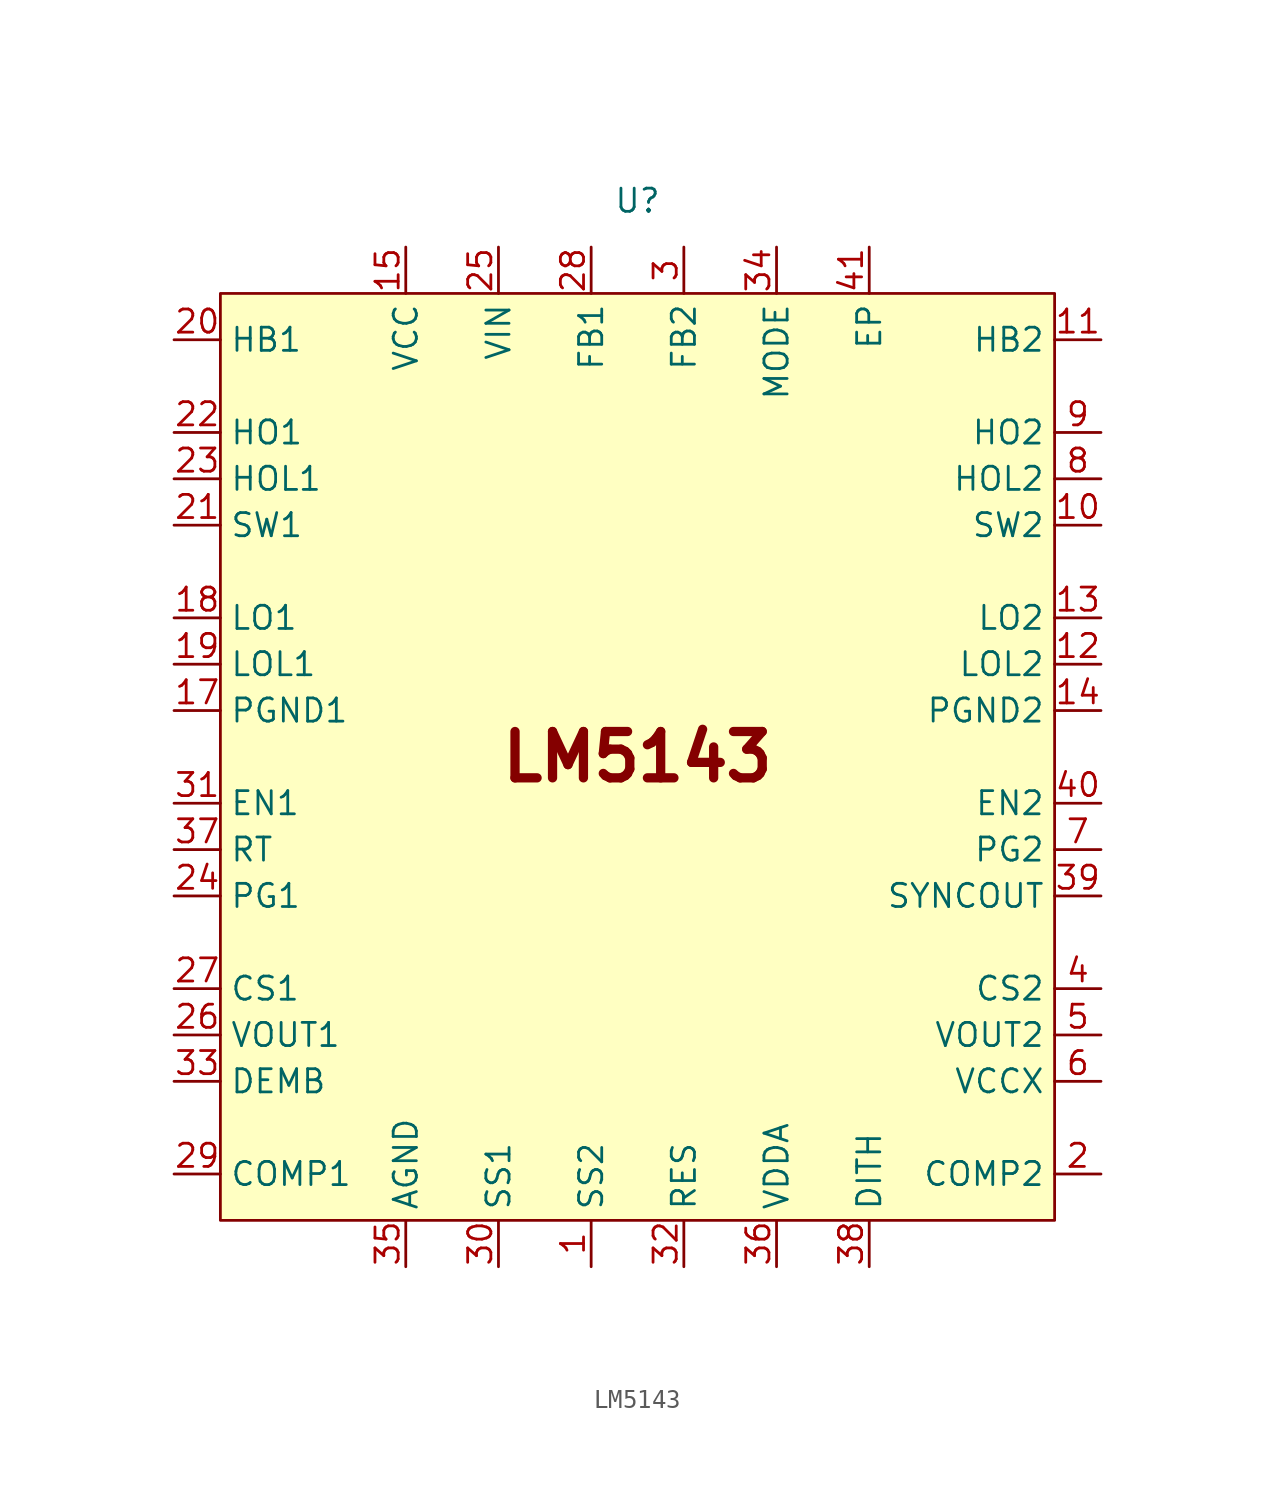
<source format=kicad_sym>
(kicad_symbol_lib
  (version 20241209)
  (generator "kicad_symbol_editor")
  (generator_version "9.0")
  (symbol "LM5143"
    (property "Reference" "U"
      (at 0 0 0)
      (effects (font (size 1.27 1.27))))
    (property "Value" ""
      (at 0 0 0)
      (effects (font (size 1.27 1.27))))
    (symbol "LM5143_1_1"
      (rectangle (start -22.86 -5.08) (end 22.86 -55.88) (stroke (width 0) (type solid)) (fill (type background)))
      (text "LM5143" (at 0 -30.48 0) (effects (font (size 2.54 2.54) (thickness 0.508) (bold yes))))
      (pin passive line (at -25.4 -7.62 0) (length 2.54) (name "HB1" (effects (font (size 1.27 1.27)))) (number "20" (effects (font (size 1.27 1.27)))))
      (pin passive line (at -25.4 -12.7 0) (length 2.54) (name "HO1" (effects (font (size 1.27 1.27)))) (number "22" (effects (font (size 1.27 1.27)))))
      (pin passive line (at -25.4 -15.24 0) (length 2.54) (name "HOL1" (effects (font (size 1.27 1.27)))) (number "23" (effects (font (size 1.27 1.27)))))
      (pin passive line (at -25.4 -17.78 0) (length 2.54) (name "SW1" (effects (font (size 1.27 1.27)))) (number "21" (effects (font (size 1.27 1.27)))))
      (pin passive line (at -25.4 -22.86 0) (length 2.54) (name "LO1" (effects (font (size 1.27 1.27)))) (number "18" (effects (font (size 1.27 1.27)))))
      (pin passive line (at -25.4 -25.4 0) (length 2.54) (name "LOL1" (effects (font (size 1.27 1.27)))) (number "19" (effects (font (size 1.27 1.27)))))
      (pin passive line (at -25.4 -27.94 0) (length 2.54) (name "PGND1" (effects (font (size 1.27 1.27)))) (number "17" (effects (font (size 1.27 1.27)))))
      (pin passive line (at -25.4 -33.02 0) (length 2.54) (name "EN1" (effects (font (size 1.27 1.27)))) (number "31" (effects (font (size 1.27 1.27)))))
      (pin passive line (at -25.4 -35.56 0) (length 2.54) (name "RT" (effects (font (size 1.27 1.27)))) (number "37" (effects (font (size 1.27 1.27)))))
      (pin passive line (at -25.4 -38.1 0) (length 2.54) (name "PG1" (effects (font (size 1.27 1.27)))) (number "24" (effects (font (size 1.27 1.27)))))
      (pin passive line (at -25.4 -43.18 0) (length 2.54) (name "CS1" (effects (font (size 1.27 1.27)))) (number "27" (effects (font (size 1.27 1.27)))))
      (pin passive line (at -25.4 -45.72 0) (length 2.54) (name "VOUT1" (effects (font (size 1.27 1.27)))) (number "26" (effects (font (size 1.27 1.27)))))
      (pin passive line (at -25.4 -48.26 0) (length 2.54) (name "DEMB" (effects (font (size 1.27 1.27)))) (number "33" (effects (font (size 1.27 1.27)))))
      (pin passive line (at -25.4 -53.34 0) (length 2.54) (name "COMP1" (effects (font (size 1.27 1.27)))) (number "29" (effects (font (size 1.27 1.27)))))
      (pin passive line (at -12.7 -2.54 270) (length 2.54) (name "VCC" (effects (font (size 1.27 1.27)))) (number "15" (effects (font (size 1.27 1.27)))))
      (pin passive line (at -12.7 -2.54 270) (length 2.54) (hide yes) (name "VCC" (effects (font (size 1.27 1.27)))) (number "16" (effects (font (size 1.27 1.27)))))
      (pin passive line (at -12.7 -58.42 90) (length 2.54) (name "AGND" (effects (font (size 1.27 1.27)))) (number "35" (effects (font (size 1.27 1.27)))))
      (pin passive line (at -7.62 -2.54 270) (length 2.54) (name "VIN" (effects (font (size 1.27 1.27)))) (number "25" (effects (font (size 1.27 1.27)))))
      (pin passive line (at -7.62 -58.42 90) (length 2.54) (name "SS1" (effects (font (size 1.27 1.27)))) (number "30" (effects (font (size 1.27 1.27)))))
      (pin passive line (at -2.54 -2.54 270) (length 2.54) (name "FB1" (effects (font (size 1.27 1.27)))) (number "28" (effects (font (size 1.27 1.27)))))
      (pin passive line (at -2.54 -58.42 90) (length 2.54) (name "SS2" (effects (font (size 1.27 1.27)))) (number "1" (effects (font (size 1.27 1.27)))))
      (pin passive line (at 2.54 -2.54 270) (length 2.54) (name "FB2" (effects (font (size 1.27 1.27)))) (number "3" (effects (font (size 1.27 1.27)))))
      (pin passive line (at 2.54 -58.42 90) (length 2.54) (name "RES" (effects (font (size 1.27 1.27)))) (number "32" (effects (font (size 1.27 1.27)))))
      (pin passive line (at 7.62 -2.54 270) (length 2.54) (name "MODE" (effects (font (size 1.27 1.27)))) (number "34" (effects (font (size 1.27 1.27)))))
      (pin passive line (at 7.62 -58.42 90) (length 2.54) (name "VDDA" (effects (font (size 1.27 1.27)))) (number "36" (effects (font (size 1.27 1.27)))))
      (pin passive line (at 12.7 -2.54 270) (length 2.54) (name "EP" (effects (font (size 1.27 1.27)))) (number "41" (effects (font (size 1.27 1.27)))))
      (pin passive line (at 12.7 -58.42 90) (length 2.54) (name "DITH" (effects (font (size 1.27 1.27)))) (number "38" (effects (font (size 1.27 1.27)))))
      (pin passive line (at 25.4 -7.62 180) (length 2.54) (name "HB2" (effects (font (size 1.27 1.27)))) (number "11" (effects (font (size 1.27 1.27)))))
      (pin passive line (at 25.4 -12.7 180) (length 2.54) (name "HO2" (effects (font (size 1.27 1.27)))) (number "9" (effects (font (size 1.27 1.27)))))
      (pin passive line (at 25.4 -15.24 180) (length 2.54) (name "HOL2" (effects (font (size 1.27 1.27)))) (number "8" (effects (font (size 1.27 1.27)))))
      (pin passive line (at 25.4 -17.78 180) (length 2.54) (name "SW2" (effects (font (size 1.27 1.27)))) (number "10" (effects (font (size 1.27 1.27)))))
      (pin passive line (at 25.4 -22.86 180) (length 2.54) (name "LO2" (effects (font (size 1.27 1.27)))) (number "13" (effects (font (size 1.27 1.27)))))
      (pin passive line (at 25.4 -25.4 180) (length 2.54) (name "LOL2" (effects (font (size 1.27 1.27)))) (number "12" (effects (font (size 1.27 1.27)))))
      (pin passive line (at 25.4 -27.94 180) (length 2.54) (name "PGND2" (effects (font (size 1.27 1.27)))) (number "14" (effects (font (size 1.27 1.27)))))
      (pin passive line (at 25.4 -33.02 180) (length 2.54) (name "EN2" (effects (font (size 1.27 1.27)))) (number "40" (effects (font (size 1.27 1.27)))))
      (pin passive line (at 25.4 -35.56 180) (length 2.54) (name "PG2" (effects (font (size 1.27 1.27)))) (number "7" (effects (font (size 1.27 1.27)))))
      (pin passive line (at 25.4 -38.1 180) (length 2.54) (name "SYNCOUT" (effects (font (size 1.27 1.27)))) (number "39" (effects (font (size 1.27 1.27)))))
      (pin passive line (at 25.4 -43.18 180) (length 2.54) (name "CS2" (effects (font (size 1.27 1.27)))) (number "4" (effects (font (size 1.27 1.27)))))
      (pin passive line (at 25.4 -45.72 180) (length 2.54) (name "VOUT2" (effects (font (size 1.27 1.27)))) (number "5" (effects (font (size 1.27 1.27)))))
      (pin passive line (at 25.4 -48.26 180) (length 2.54) (name "VCCX" (effects (font (size 1.27 1.27)))) (number "6" (effects (font (size 1.27 1.27)))))
      (pin passive line (at 25.4 -53.34 180) (length 2.54) (name "COMP2" (effects (font (size 1.27 1.27)))) (number "2" (effects (font (size 1.27 1.27))))))))
</source>
